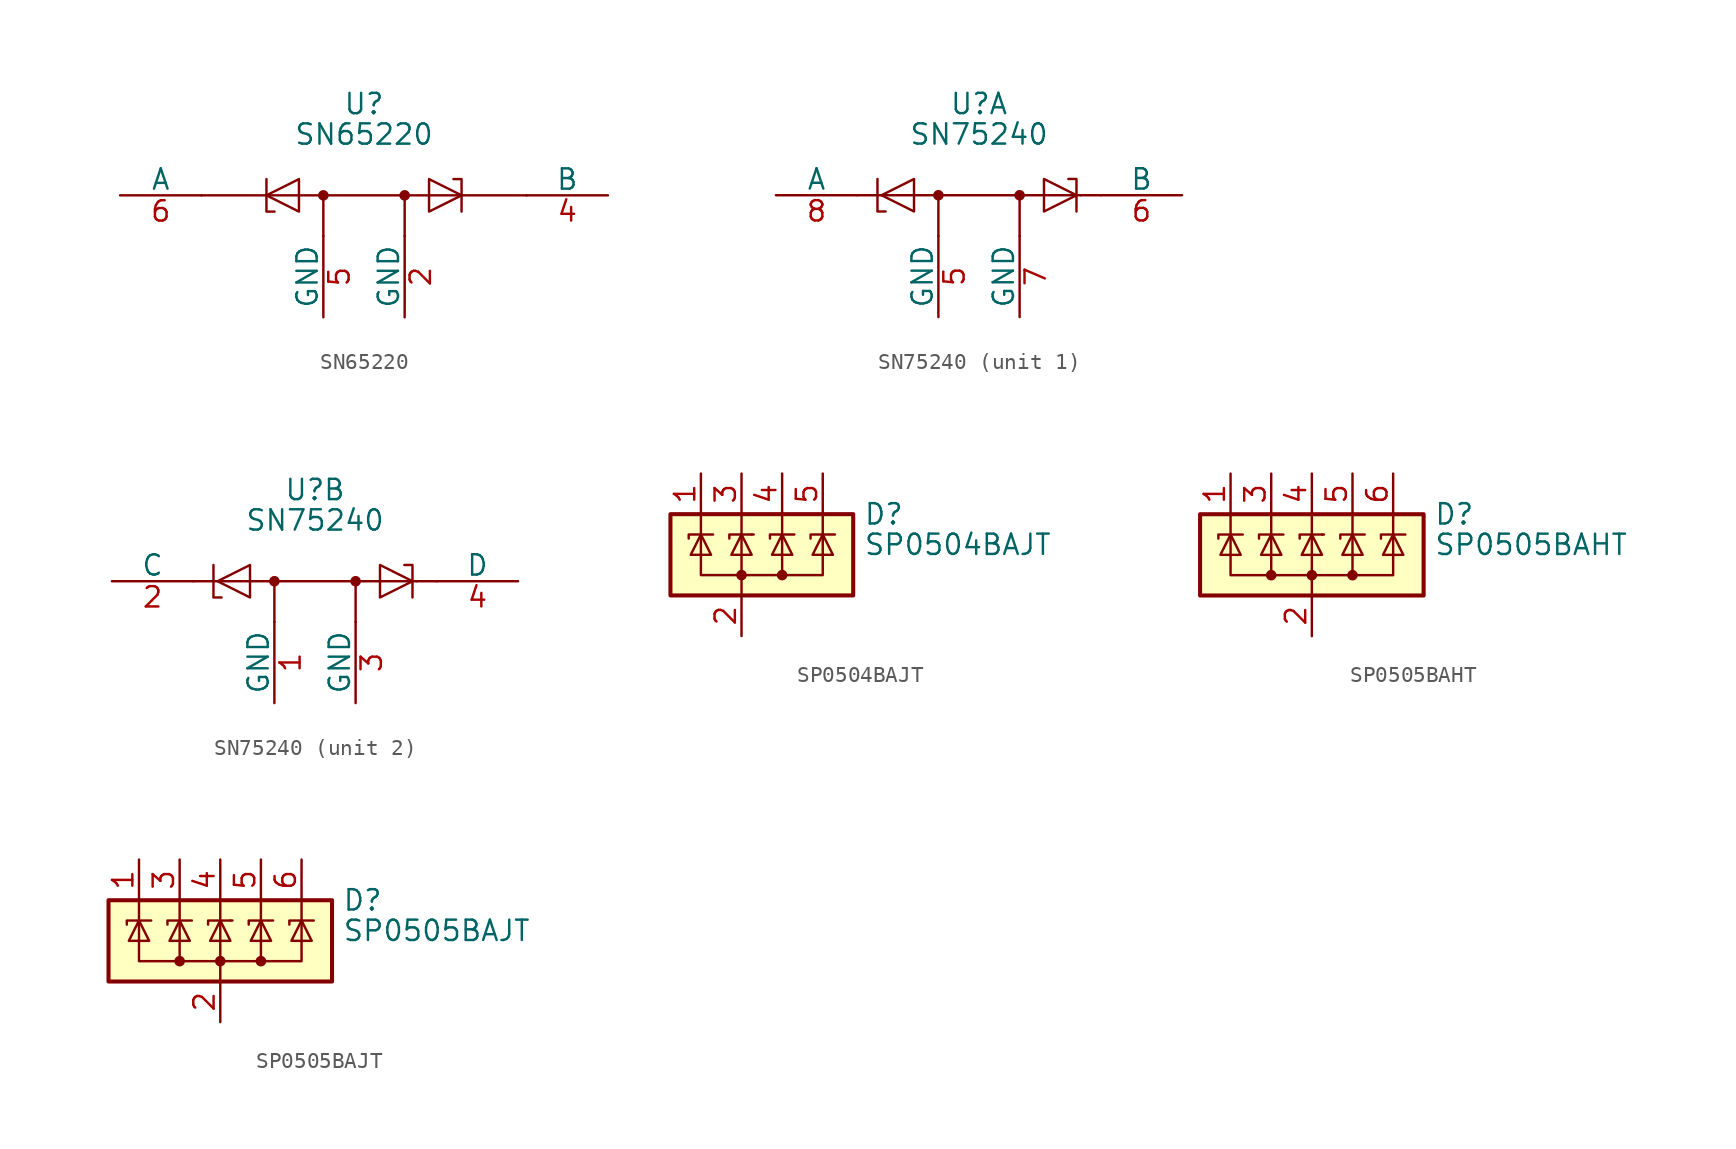
<source format=kicad_sym>
(kicad_symbol_lib
  (version 20211014)
  (generator kicad_symbol_editor)
  (symbol "SN65220"
    (pin_names
      (offset 0))
    (property "Reference" "U"
      (at 0 5.715 0)
      (effects (font (size 1.27 1.27))))
    (property "Value" "SN65220"
      (at 0 3.81 0)
      (effects (font (size 1.27 1.27))))
    (symbol "SN65220_0_1"
      (circle (center -2.54 0) (radius 0.254) (stroke (width 0) (type default) (color 0 0 0 0)) (fill (type outline)))
      (polyline (pts (xy -2.54 -2.54) (xy -2.54 0)) (stroke (width 0) (type default) (color 0 0 0 0)) (fill (type none)))
      (polyline (pts (xy 2.54 -2.54) (xy 2.54 0)) (stroke (width 0) (type default) (color 0 0 0 0)) (fill (type none)))
      (polyline (pts (xy 10.16 0) (xy -10.16 0)) (stroke (width 0) (type default) (color 0 0 0 0)) (fill (type none)))
      (polyline (pts (xy -5.588 -1.016) (xy -6.096 -1.016) (xy -6.096 1.016)) (stroke (width 0) (type default) (color 0 0 0 0)) (fill (type none)))
      (polyline (pts (xy 5.588 1.016) (xy 6.096 1.016) (xy 6.096 -1.016)) (stroke (width 0) (type default) (color 0 0 0 0)) (fill (type none)))
      (polyline (pts (xy -6.096 0) (xy -4.064 1.016) (xy -4.064 -1.016) (xy -6.096 0)) (stroke (width 0) (type default) (color 0 0 0 0)) (fill (type none)))
      (polyline (pts (xy 6.096 0) (xy 4.064 1.016) (xy 4.064 -1.016) (xy 6.096 0)) (stroke (width 0) (type default) (color 0 0 0 0)) (fill (type none)))
      (circle (center 2.54 0) (radius 0.254) (stroke (width 0) (type default) (color 0 0 0 0)) (fill (type outline))))
    (symbol "SN65220_1_1"
      (pin no_connect line (at 2.54 0 180) (length 2.54) hide (name "~" (effects (font (size 1.27 1.27)))) (number "1" (effects (font (size 1.27 1.27)))))
      (pin passive line (at 2.54 -7.62 90) (length 5.08) (name "GND" (effects (font (size 1.27 1.27)))) (number "2" (effects (font (size 1.27 1.27)))))
      (pin no_connect line (at -2.54 0 0) (length 2.54) hide (name "~" (effects (font (size 1.27 1.27)))) (number "3" (effects (font (size 1.27 1.27)))))
      (pin passive line (at 15.24 0 180) (length 5.08) (name "B" (effects (font (size 1.27 1.27)))) (number "4" (effects (font (size 1.27 1.27)))))
      (pin passive line (at -2.54 -7.62 90) (length 5.08) (name "GND" (effects (font (size 1.27 1.27)))) (number "5" (effects (font (size 1.27 1.27)))))
      (pin passive line (at -15.24 0 0) (length 5.08) (name "A" (effects (font (size 1.27 1.27)))) (number "6" (effects (font (size 1.27 1.27)))))))
  (symbol "SN75240"
    (pin_names
      (offset 0))
    (property "Reference" "U"
      (at 0 5.715 0)
      (effects (font (size 1.27 1.27))))
    (property "Value" "SN75240"
      (at 0 3.81 0)
      (effects (font (size 1.27 1.27))))
    (property "ki_locked" ""
      (at 0 0 0)
      (effects (font (size 1.27 1.27))))
    (symbol "SN75240_0_0"
      (polyline (pts (xy -7.62 0) (xy -6.35 0)) (stroke (width 0) (type default) (color 0 0 0 0)) (fill (type none)))
      (polyline (pts (xy -6.35 0) (xy 6.35 0)) (stroke (width 0) (type default) (color 0 0 0 0)) (fill (type none)))
      (polyline (pts (xy -2.54 -2.54) (xy -2.54 0)) (stroke (width 0) (type default) (color 0 0 0 0)) (fill (type none)))
      (polyline (pts (xy 2.54 -2.54) (xy 2.54 0)) (stroke (width 0) (type default) (color 0 0 0 0)) (fill (type none)))
      (polyline (pts (xy 6.35 0) (xy 7.62 0)) (stroke (width 0) (type default) (color 0 0 0 0)) (fill (type none)))
      (polyline (pts (xy 6.096 -1.016) (xy 6.096 1.016) (xy 5.588 1.016)) (stroke (width 0) (type default) (color 0 0 0 0)) (fill (type none)))
      (polyline (pts (xy -6.096 0) (xy -4.064 1.016) (xy -4.064 -1.016) (xy -6.096 0)) (stroke (width 0) (type default) (color 0 0 0 0)) (fill (type none)))
      (polyline (pts (xy -5.842 -1.016) (xy -6.35 -1.016) (xy -6.35 0.762) (xy -6.35 1.016)) (stroke (width 0) (type default) (color 0 0 0 0)) (fill (type none)))
      (polyline (pts (xy 4.064 1.016) (xy 4.064 -1.016) (xy 6.096 0) (xy 4.064 1.016)) (stroke (width 0) (type default) (color 0 0 0 0)) (fill (type none))))
    (symbol "SN75240_0_1"
      (circle (center -2.54 0) (radius 0.254) (stroke (width 0) (type default) (color 0 0 0 0)) (fill (type outline)))
      (circle (center 2.54 0) (radius 0.254) (stroke (width 0) (type default) (color 0 0 0 0)) (fill (type outline))))
    (symbol "SN75240_1_1"
      (pin passive line (at -2.54 -7.62 90) (length 5.08) (name "GND" (effects (font (size 1.27 1.27)))) (number "5" (effects (font (size 1.27 1.27)))))
      (pin passive line (at 12.7 0 180) (length 5.08) (name "B" (effects (font (size 1.27 1.27)))) (number "6" (effects (font (size 1.27 1.27)))))
      (pin passive line (at 2.54 -7.62 90) (length 5.08) (name "GND" (effects (font (size 1.27 1.27)))) (number "7" (effects (font (size 1.27 1.27)))))
      (pin passive line (at -12.7 0 0) (length 5.08) (name "A" (effects (font (size 1.27 1.27)))) (number "8" (effects (font (size 1.27 1.27))))))
    (symbol "SN75240_2_1"
      (pin power_in line (at -2.54 -7.62 90) (length 5.08) (name "GND" (effects (font (size 1.27 1.27)))) (number "1" (effects (font (size 1.27 1.27)))))
      (pin input line (at -12.7 0 0) (length 5.08) (name "C" (effects (font (size 1.27 1.27)))) (number "2" (effects (font (size 1.27 1.27)))))
      (pin power_in line (at 2.54 -7.62 90) (length 5.08) (name "GND" (effects (font (size 1.27 1.27)))) (number "3" (effects (font (size 1.27 1.27)))))
      (pin input line (at 12.7 0 180) (length 5.08) (name "D" (effects (font (size 1.27 1.27)))) (number "4" (effects (font (size 1.27 1.27)))))))
  (symbol "SP0504BAJT"
    (pin_names hide)
    (property "Reference" "D"
      (at 7.62 2.54 0)
      (effects (font (size 1.27 1.27)) (justify left)))
    (property "Value" "SP0504BAJT"
      (at 7.62 0.635 0)
      (effects (font (size 1.27 1.27)) (justify left)))
    (symbol "SP0504BAJT_0_0"
      (pin passive line (at 0 -5.08 90) (length 2.54) (name "A" (effects (font (size 1.27 1.27)))) (number "2" (effects (font (size 1.27 1.27))))))
    (symbol "SP0504BAJT_0_1"
      (rectangle (start -4.445 2.54) (end 6.985 -2.54) (stroke (width 0.254) (type default) (color 0 0 0 0)) (fill (type background)))
      (circle (center 0 -1.27) (radius 0.254) (stroke (width 0) (type default) (color 0 0 0 0)) (fill (type outline)))
      (polyline (pts (xy -2.54 2.54) (xy -2.54 1.27)) (stroke (width 0) (type default) (color 0 0 0 0)) (fill (type none)))
      (polyline (pts (xy 0 -1.27) (xy 0 -2.54)) (stroke (width 0) (type default) (color 0 0 0 0)) (fill (type none)))
      (polyline (pts (xy 0 -1.27) (xy 0 1.27)) (stroke (width 0) (type default) (color 0 0 0 0)) (fill (type none)))
      (polyline (pts (xy 0 2.54) (xy 0 1.27)) (stroke (width 0) (type default) (color 0 0 0 0)) (fill (type none)))
      (polyline (pts (xy 0.635 1.27) (xy 0.762 1.27)) (stroke (width 0) (type default) (color 0 0 0 0)) (fill (type none)))
      (polyline (pts (xy 2.54 2.54) (xy 2.54 1.27)) (stroke (width 0) (type default) (color 0 0 0 0)) (fill (type none)))
      (polyline (pts (xy 5.08 2.54) (xy 5.08 1.27)) (stroke (width 0) (type default) (color 0 0 0 0)) (fill (type none)))
      (polyline (pts (xy 0.635 1.27) (xy -0.762 1.27) (xy -0.762 1.016)) (stroke (width 0) (type default) (color 0 0 0 0)) (fill (type none)))
      (polyline (pts (xy 5.08 1.27) (xy 5.08 -1.27) (xy 2.54 -1.27)) (stroke (width 0) (type default) (color 0 0 0 0)) (fill (type none)))
      (polyline (pts (xy -3.302 1.016) (xy -3.302 1.27) (xy -1.905 1.27) (xy -1.778 1.27)) (stroke (width 0) (type default) (color 0 0 0 0)) (fill (type none)))
      (polyline (pts (xy -2.54 1.27) (xy -2.54 -1.27) (xy 2.54 -1.27) (xy 2.54 1.27)) (stroke (width 0) (type default) (color 0 0 0 0)) (fill (type none)))
      (polyline (pts (xy -2.54 1.27) (xy -1.905 0) (xy -3.175 0) (xy -2.54 1.27)) (stroke (width 0) (type default) (color 0 0 0 0)) (fill (type none)))
      (polyline (pts (xy 0.635 0) (xy -0.635 0) (xy 0 1.27) (xy 0.635 0)) (stroke (width 0) (type default) (color 0 0 0 0)) (fill (type none)))
      (polyline (pts (xy 1.778 1.016) (xy 1.778 1.27) (xy 3.175 1.27) (xy 3.302 1.27)) (stroke (width 0) (type default) (color 0 0 0 0)) (fill (type none)))
      (polyline (pts (xy 2.54 1.27) (xy 1.905 0) (xy 3.175 0) (xy 2.54 1.27)) (stroke (width 0) (type default) (color 0 0 0 0)) (fill (type none)))
      (polyline (pts (xy 4.318 1.016) (xy 4.318 1.27) (xy 5.715 1.27) (xy 5.842 1.27)) (stroke (width 0) (type default) (color 0 0 0 0)) (fill (type none)))
      (polyline (pts (xy 5.08 1.27) (xy 4.445 0) (xy 5.715 0) (xy 5.08 1.27)) (stroke (width 0) (type default) (color 0 0 0 0)) (fill (type none)))
      (circle (center 2.54 -1.27) (radius 0.254) (stroke (width 0) (type default) (color 0 0 0 0)) (fill (type outline))))
    (symbol "SP0504BAJT_1_1"
      (pin passive line (at -2.54 5.08 270) (length 2.54) (name "K" (effects (font (size 1.27 1.27)))) (number "1" (effects (font (size 1.27 1.27)))))
      (pin passive line (at 0 5.08 270) (length 2.54) (name "K" (effects (font (size 1.27 1.27)))) (number "3" (effects (font (size 1.27 1.27)))))
      (pin passive line (at 2.54 5.08 270) (length 2.54) (name "K" (effects (font (size 1.27 1.27)))) (number "4" (effects (font (size 1.27 1.27)))))
      (pin passive line (at 5.08 5.08 270) (length 2.54) (name "K" (effects (font (size 1.27 1.27)))) (number "5" (effects (font (size 1.27 1.27)))))))
  (symbol "SP0505BAHT"
    (pin_names hide)
    (property "Reference" "D"
      (at 7.62 2.54 0)
      (effects (font (size 1.27 1.27)) (justify left)))
    (property "Value" "SP0505BAHT"
      (at 7.62 0.635 0)
      (effects (font (size 1.27 1.27)) (justify left)))
    (symbol "SP0505BAHT_0_0"
      (pin passive line (at 0 -5.08 90) (length 2.54) (name "A" (effects (font (size 1.27 1.27)))) (number "2" (effects (font (size 1.27 1.27))))))
    (symbol "SP0505BAHT_0_1"
      (rectangle (start -6.985 2.54) (end 6.985 -2.54) (stroke (width 0.254) (type default) (color 0 0 0 0)) (fill (type background)))
      (circle (center -2.54 -1.27) (radius 0.254) (stroke (width 0) (type default) (color 0 0 0 0)) (fill (type outline)))
      (circle (center 0 -1.27) (radius 0.254) (stroke (width 0) (type default) (color 0 0 0 0)) (fill (type outline)))
      (polyline (pts (xy -5.08 2.54) (xy -5.08 1.27)) (stroke (width 0) (type default) (color 0 0 0 0)) (fill (type none)))
      (polyline (pts (xy -2.54 2.54) (xy -2.54 1.27)) (stroke (width 0) (type default) (color 0 0 0 0)) (fill (type none)))
      (polyline (pts (xy 0 -1.27) (xy 0 -2.54)) (stroke (width 0) (type default) (color 0 0 0 0)) (fill (type none)))
      (polyline (pts (xy 0 -1.27) (xy 0 1.27)) (stroke (width 0) (type default) (color 0 0 0 0)) (fill (type none)))
      (polyline (pts (xy 0 2.54) (xy 0 1.27)) (stroke (width 0) (type default) (color 0 0 0 0)) (fill (type none)))
      (polyline (pts (xy 0.635 1.27) (xy 0.762 1.27)) (stroke (width 0) (type default) (color 0 0 0 0)) (fill (type none)))
      (polyline (pts (xy 2.54 2.54) (xy 2.54 1.27)) (stroke (width 0) (type default) (color 0 0 0 0)) (fill (type none)))
      (polyline (pts (xy 5.08 2.54) (xy 5.08 1.27)) (stroke (width 0) (type default) (color 0 0 0 0)) (fill (type none)))
      (polyline (pts (xy -5.08 1.27) (xy -5.08 -1.27) (xy -2.54 -1.27)) (stroke (width 0) (type default) (color 0 0 0 0)) (fill (type none)))
      (polyline (pts (xy 0.635 1.27) (xy -0.762 1.27) (xy -0.762 1.016)) (stroke (width 0) (type default) (color 0 0 0 0)) (fill (type none)))
      (polyline (pts (xy 5.08 1.27) (xy 5.08 -1.27) (xy 2.54 -1.27)) (stroke (width 0) (type default) (color 0 0 0 0)) (fill (type none)))
      (polyline (pts (xy -5.842 1.016) (xy -5.842 1.27) (xy -4.445 1.27) (xy -4.318 1.27)) (stroke (width 0) (type default) (color 0 0 0 0)) (fill (type none)))
      (polyline (pts (xy -5.08 1.27) (xy -4.445 0) (xy -5.715 0) (xy -5.08 1.27)) (stroke (width 0) (type default) (color 0 0 0 0)) (fill (type none)))
      (polyline (pts (xy -3.302 1.016) (xy -3.302 1.27) (xy -1.905 1.27) (xy -1.778 1.27)) (stroke (width 0) (type default) (color 0 0 0 0)) (fill (type none)))
      (polyline (pts (xy -2.54 1.27) (xy -2.54 -1.27) (xy 2.54 -1.27) (xy 2.54 1.27)) (stroke (width 0) (type default) (color 0 0 0 0)) (fill (type none)))
      (polyline (pts (xy -2.54 1.27) (xy -1.905 0) (xy -3.175 0) (xy -2.54 1.27)) (stroke (width 0) (type default) (color 0 0 0 0)) (fill (type none)))
      (polyline (pts (xy 0.635 0) (xy -0.635 0) (xy 0 1.27) (xy 0.635 0)) (stroke (width 0) (type default) (color 0 0 0 0)) (fill (type none)))
      (polyline (pts (xy 1.778 1.016) (xy 1.778 1.27) (xy 3.175 1.27) (xy 3.302 1.27)) (stroke (width 0) (type default) (color 0 0 0 0)) (fill (type none)))
      (polyline (pts (xy 2.54 1.27) (xy 1.905 0) (xy 3.175 0) (xy 2.54 1.27)) (stroke (width 0) (type default) (color 0 0 0 0)) (fill (type none)))
      (polyline (pts (xy 4.318 1.016) (xy 4.318 1.27) (xy 5.715 1.27) (xy 5.842 1.27)) (stroke (width 0) (type default) (color 0 0 0 0)) (fill (type none)))
      (polyline (pts (xy 5.08 1.27) (xy 4.445 0) (xy 5.715 0) (xy 5.08 1.27)) (stroke (width 0) (type default) (color 0 0 0 0)) (fill (type none)))
      (circle (center 2.54 -1.27) (radius 0.254) (stroke (width 0) (type default) (color 0 0 0 0)) (fill (type outline))))
    (symbol "SP0505BAHT_1_1"
      (pin passive line (at -5.08 5.08 270) (length 2.54) (name "K" (effects (font (size 1.27 1.27)))) (number "1" (effects (font (size 1.27 1.27)))))
      (pin passive line (at -2.54 5.08 270) (length 2.54) (name "K" (effects (font (size 1.27 1.27)))) (number "3" (effects (font (size 1.27 1.27)))))
      (pin passive line (at 0 5.08 270) (length 2.54) (name "K" (effects (font (size 1.27 1.27)))) (number "4" (effects (font (size 1.27 1.27)))))
      (pin passive line (at 2.54 5.08 270) (length 2.54) (name "K" (effects (font (size 1.27 1.27)))) (number "5" (effects (font (size 1.27 1.27)))))
      (pin passive line (at 5.08 5.08 270) (length 2.54) (name "K" (effects (font (size 1.27 1.27)))) (number "6" (effects (font (size 1.27 1.27)))))))
  (symbol "SP0505BAJT"
    (pin_names hide)
    (property "Reference" "D"
      (at 7.62 2.54 0)
      (effects (font (size 1.27 1.27)) (justify left)))
    (property "Value" "SP0505BAJT"
      (at 7.62 0.635 0)
      (effects (font (size 1.27 1.27)) (justify left)))
    (symbol "SP0505BAJT_0_0"
      (pin passive line (at 0 -5.08 90) (length 2.54) (name "A" (effects (font (size 1.27 1.27)))) (number "2" (effects (font (size 1.27 1.27))))))
    (symbol "SP0505BAJT_0_1"
      (rectangle (start -6.985 2.54) (end 6.985 -2.54) (stroke (width 0.254) (type default) (color 0 0 0 0)) (fill (type background)))
      (circle (center -2.54 -1.27) (radius 0.254) (stroke (width 0) (type default) (color 0 0 0 0)) (fill (type outline)))
      (circle (center 0 -1.27) (radius 0.254) (stroke (width 0) (type default) (color 0 0 0 0)) (fill (type outline)))
      (polyline (pts (xy -5.08 2.54) (xy -5.08 1.27)) (stroke (width 0) (type default) (color 0 0 0 0)) (fill (type none)))
      (polyline (pts (xy -2.54 2.54) (xy -2.54 1.27)) (stroke (width 0) (type default) (color 0 0 0 0)) (fill (type none)))
      (polyline (pts (xy 0 -1.27) (xy 0 -2.54)) (stroke (width 0) (type default) (color 0 0 0 0)) (fill (type none)))
      (polyline (pts (xy 0 -1.27) (xy 0 1.27)) (stroke (width 0) (type default) (color 0 0 0 0)) (fill (type none)))
      (polyline (pts (xy 0 2.54) (xy 0 1.27)) (stroke (width 0) (type default) (color 0 0 0 0)) (fill (type none)))
      (polyline (pts (xy 0.635 1.27) (xy 0.762 1.27)) (stroke (width 0) (type default) (color 0 0 0 0)) (fill (type none)))
      (polyline (pts (xy 2.54 2.54) (xy 2.54 1.27)) (stroke (width 0) (type default) (color 0 0 0 0)) (fill (type none)))
      (polyline (pts (xy 5.08 2.54) (xy 5.08 1.27)) (stroke (width 0) (type default) (color 0 0 0 0)) (fill (type none)))
      (polyline (pts (xy -5.08 1.27) (xy -5.08 -1.27) (xy -2.54 -1.27)) (stroke (width 0) (type default) (color 0 0 0 0)) (fill (type none)))
      (polyline (pts (xy 0.635 1.27) (xy -0.762 1.27) (xy -0.762 1.016)) (stroke (width 0) (type default) (color 0 0 0 0)) (fill (type none)))
      (polyline (pts (xy 5.08 1.27) (xy 5.08 -1.27) (xy 2.54 -1.27)) (stroke (width 0) (type default) (color 0 0 0 0)) (fill (type none)))
      (polyline (pts (xy -5.842 1.016) (xy -5.842 1.27) (xy -4.445 1.27) (xy -4.318 1.27)) (stroke (width 0) (type default) (color 0 0 0 0)) (fill (type none)))
      (polyline (pts (xy -5.08 1.27) (xy -4.445 0) (xy -5.715 0) (xy -5.08 1.27)) (stroke (width 0) (type default) (color 0 0 0 0)) (fill (type none)))
      (polyline (pts (xy -3.302 1.016) (xy -3.302 1.27) (xy -1.905 1.27) (xy -1.778 1.27)) (stroke (width 0) (type default) (color 0 0 0 0)) (fill (type none)))
      (polyline (pts (xy -2.54 1.27) (xy -2.54 -1.27) (xy 2.54 -1.27) (xy 2.54 1.27)) (stroke (width 0) (type default) (color 0 0 0 0)) (fill (type none)))
      (polyline (pts (xy -2.54 1.27) (xy -1.905 0) (xy -3.175 0) (xy -2.54 1.27)) (stroke (width 0) (type default) (color 0 0 0 0)) (fill (type none)))
      (polyline (pts (xy 0.635 0) (xy -0.635 0) (xy 0 1.27) (xy 0.635 0)) (stroke (width 0) (type default) (color 0 0 0 0)) (fill (type none)))
      (polyline (pts (xy 1.778 1.016) (xy 1.778 1.27) (xy 3.175 1.27) (xy 3.302 1.27)) (stroke (width 0) (type default) (color 0 0 0 0)) (fill (type none)))
      (polyline (pts (xy 2.54 1.27) (xy 1.905 0) (xy 3.175 0) (xy 2.54 1.27)) (stroke (width 0) (type default) (color 0 0 0 0)) (fill (type none)))
      (polyline (pts (xy 4.318 1.016) (xy 4.318 1.27) (xy 5.715 1.27) (xy 5.842 1.27)) (stroke (width 0) (type default) (color 0 0 0 0)) (fill (type none)))
      (polyline (pts (xy 5.08 1.27) (xy 4.445 0) (xy 5.715 0) (xy 5.08 1.27)) (stroke (width 0) (type default) (color 0 0 0 0)) (fill (type none)))
      (circle (center 2.54 -1.27) (radius 0.254) (stroke (width 0) (type default) (color 0 0 0 0)) (fill (type outline))))
    (symbol "SP0505BAJT_1_1"
      (pin passive line (at -5.08 5.08 270) (length 2.54) (name "K" (effects (font (size 1.27 1.27)))) (number "1" (effects (font (size 1.27 1.27)))))
      (pin passive line (at -2.54 5.08 270) (length 2.54) (name "K" (effects (font (size 1.27 1.27)))) (number "3" (effects (font (size 1.27 1.27)))))
      (pin passive line (at 0 5.08 270) (length 2.54) (name "K" (effects (font (size 1.27 1.27)))) (number "4" (effects (font (size 1.27 1.27)))))
      (pin passive line (at 2.54 5.08 270) (length 2.54) (name "K" (effects (font (size 1.27 1.27)))) (number "5" (effects (font (size 1.27 1.27)))))
      (pin passive line (at 5.08 5.08 270) (length 2.54) (name "K" (effects (font (size 1.27 1.27)))) (number "6" (effects (font (size 1.27 1.27))))))))
</source>
